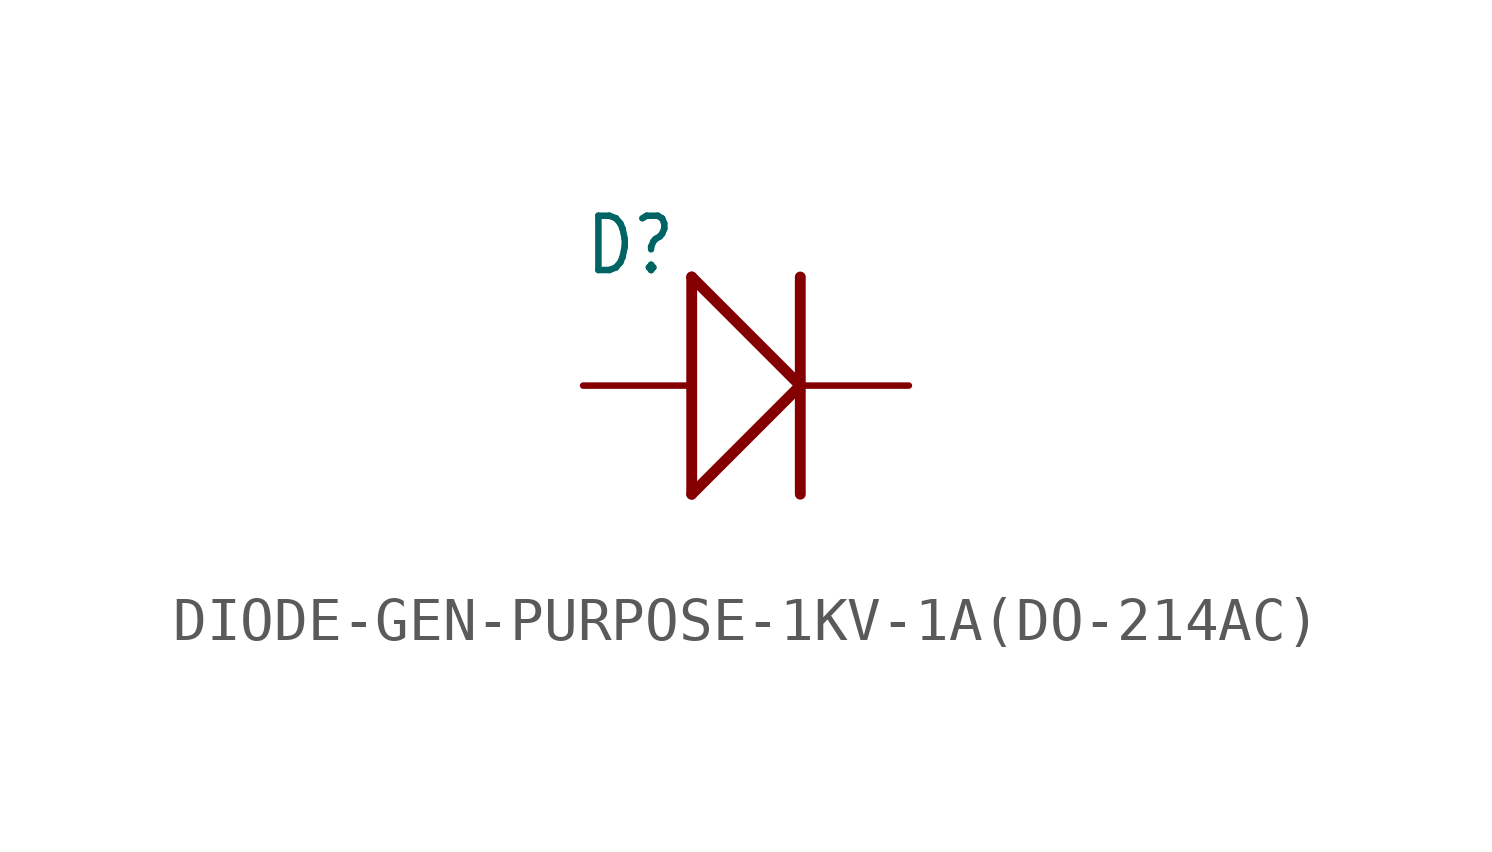
<source format=kicad_sym>
(kicad_symbol_lib
  (version 20231120)
  (generator "kicad_symbol_editor")
  (generator_version "8.0")
  (symbol "DIODE-GEN-PURPOSE-1KV-1A(DO-214AC)"
    (property "Reference" "D"
      (at -3.81 2.54 0)
      (effects (font (size 1.27 1.079)) (justify left bottom)))
    (property "Value" ""
      (at -3.81 -3.81 0)
      (effects (font (size 1.27 1.079)) (justify left bottom)))
    (property "ki_locked" ""
      (at 0 0 0)
      (effects (font (size 1.27 1.27))))
    (symbol "DIODE-GEN-PURPOSE-1KV-1A(DO-214AC)_1_0"
      (polyline (pts (xy -1.27 -2.54) (xy -1.27 2.54)) (stroke (width 0.254) (type solid)) (fill (type none)))
      (polyline (pts (xy -1.27 -2.54) (xy 1.27 0)) (stroke (width 0.254) (type solid)) (fill (type none)))
      (polyline (pts (xy -1.27 2.54) (xy 1.27 0)) (stroke (width 0.254) (type solid)) (fill (type none)))
      (polyline (pts (xy 1.27 2.54) (xy 1.27 -2.54)) (stroke (width 0.254) (type solid)) (fill (type none)))
      (pin passive line (at -3.81 0 0) (length 2.54) (name "+" (effects (font (size 0 0)))) (number "1" (effects (font (size 0 0)))))
      (pin passive line (at 3.81 0 180) (length 2.54) (name "-" (effects (font (size 0 0)))) (number "2" (effects (font (size 0 0))))))))
</source>
